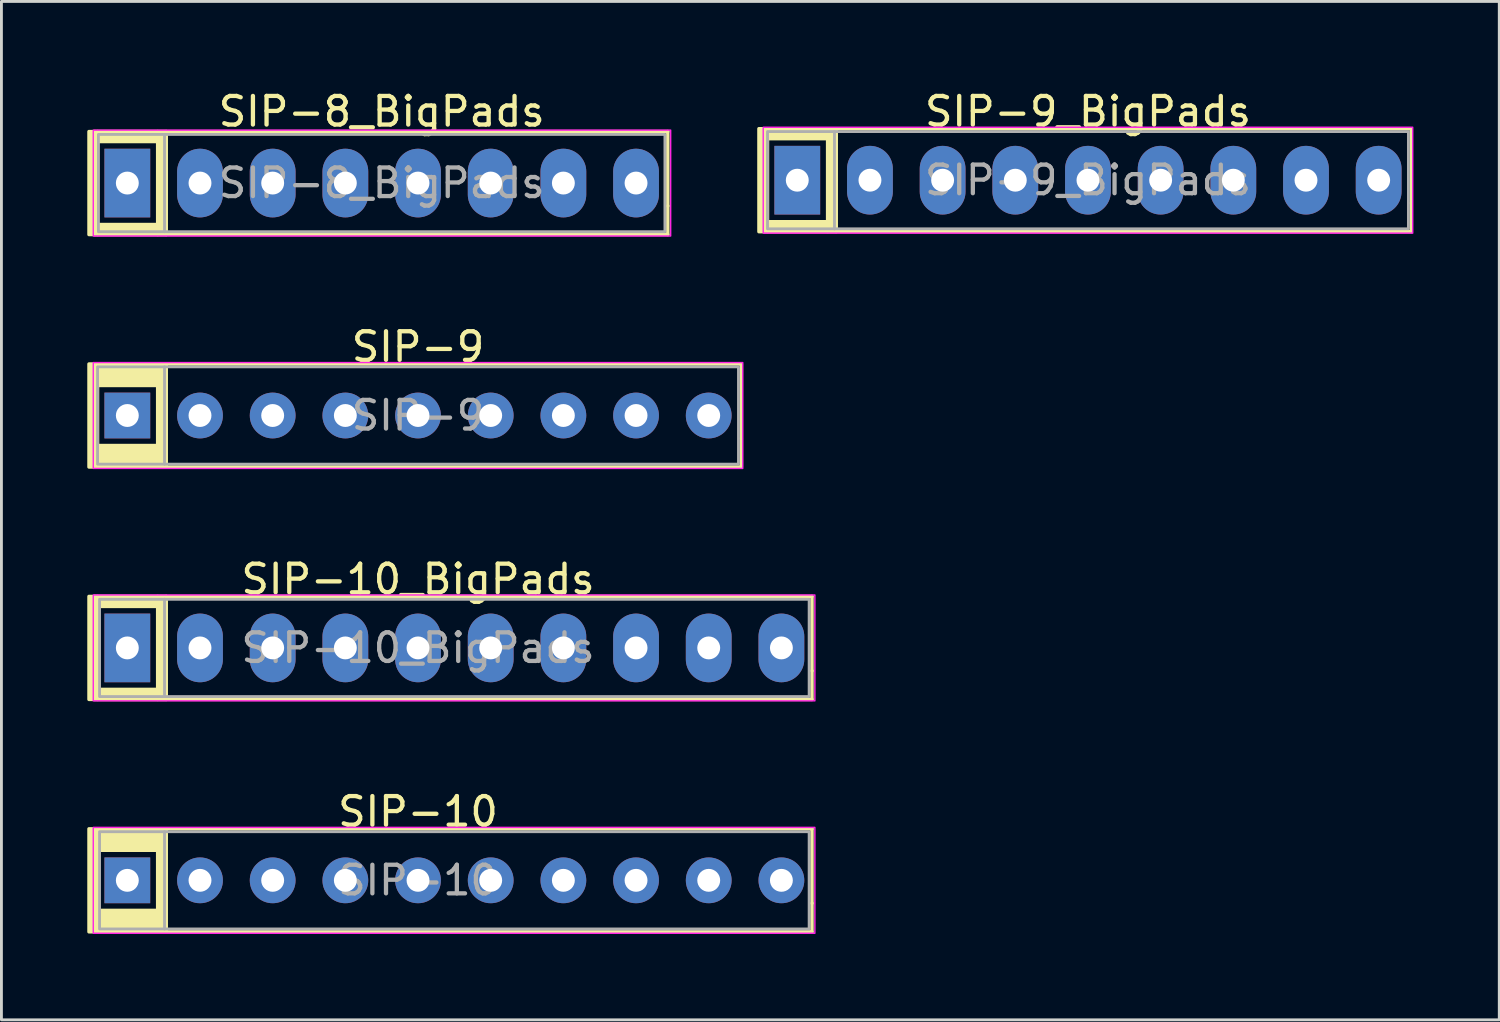
<source format=kicad_pcb>
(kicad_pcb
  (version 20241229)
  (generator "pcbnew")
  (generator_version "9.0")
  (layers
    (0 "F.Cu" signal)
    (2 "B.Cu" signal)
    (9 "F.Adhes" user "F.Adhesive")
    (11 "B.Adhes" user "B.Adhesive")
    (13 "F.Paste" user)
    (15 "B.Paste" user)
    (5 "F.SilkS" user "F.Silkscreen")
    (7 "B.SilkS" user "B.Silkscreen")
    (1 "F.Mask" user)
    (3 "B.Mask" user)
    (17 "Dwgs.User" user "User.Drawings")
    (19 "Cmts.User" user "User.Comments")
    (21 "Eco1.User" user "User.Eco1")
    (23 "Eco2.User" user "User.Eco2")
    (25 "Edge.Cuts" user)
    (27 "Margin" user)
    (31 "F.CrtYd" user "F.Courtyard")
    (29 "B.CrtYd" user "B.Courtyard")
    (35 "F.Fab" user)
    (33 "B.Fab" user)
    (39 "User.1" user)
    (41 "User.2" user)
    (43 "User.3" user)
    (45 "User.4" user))
  (footprint "SIP-10"
    (layer "F.Cu")
    (at 1.4 27.718)
    (property "Reference" "SIP-10" (at 10.16 -2.4 0) (layer "F.SilkS") (effects (font (size 1 1) (thickness 0.15))))
    (attr through_hole)
    (fp_line (start -1.14 -1.8) (end -1.14 -1.3) (stroke (width 0.12) (type solid)) (layer "F.SilkS"))
    (fp_line (start -1.14 -1.8) (end 23.93 -1.8) (stroke (width 0.12) (type solid)) (layer "F.SilkS"))
    (fp_line (start -1.14 1.8) (end -1.14 -1.3) (stroke (width 0.12) (type solid)) (layer "F.SilkS"))
    (fp_line (start 1.36 0) (end 1.36 -1.8) (stroke (width 0.12) (type solid)) (layer "F.SilkS"))
    (fp_line (start 1.36 0) (end 1.36 1.8) (stroke (width 0.12) (type solid)) (layer "F.SilkS"))
    (fp_line (start 23.93 -1.8) (end 23.93 0.8) (stroke (width 0.12) (type solid)) (layer "F.SilkS"))
    (fp_line (start 23.93 0.8) (end 23.93 1.8) (stroke (width 0.12) (type solid)) (layer "F.SilkS"))
    (fp_line (start 23.93 1.8) (end -1.14 1.8) (stroke (width 0.12) (type solid)) (layer "F.SilkS"))
    (fp_rect (start -1.34 -1.8) (end -1.04 1.8) (stroke (width 0.12) (type solid)) (fill yes) (layer "F.SilkS"))
    (fp_rect (start -1.04 -1.8) (end 1.06 -1.05) (stroke (width 0.12) (type solid)) (fill yes) (layer "F.SilkS"))
    (fp_rect (start -1.04 1.05) (end 1.06 1.8) (stroke (width 0.12) (type solid)) (fill yes) (layer "F.SilkS"))
    (fp_rect (start 1.06 -1.8) (end 1.36 1.8) (stroke (width 0.12) (type solid)) (fill yes) (layer "F.SilkS"))
    (fp_rect (start -1.19 -1.85) (end 24.03 1.85) (stroke (width 0.05) (type solid)) (fill no) (layer "F.CrtYd"))
    (fp_line (start 1.3 -1.7) (end 1.3 1.7) (stroke (width 0.1) (type solid)) (layer "F.Fab"))
    (fp_rect (start -0.97 -1.7) (end 23.83 1.7) (stroke (width 0.1) (type solid)) (fill no) (layer "F.Fab"))
    (fp_text user "${REFERENCE}" (at 10.16 0 0) (layer "F.Fab") (effects (font (size 1 1) (thickness 0.15))))
    (pad "1" thru_hole rect (at 0 0 90) (size 1.6 1.6) (drill 0.8) (layers "*.Cu" "*.Mask"))
    (pad "2" thru_hole circle (at 2.54 0 90) (size 1.6 1.6) (drill 0.8) (layers "*.Cu" "*.Mask"))
    (pad "3" thru_hole circle (at 5.08 0 90) (size 1.6 1.6) (drill 0.8) (layers "*.Cu" "*.Mask"))
    (pad "4" thru_hole circle (at 7.62 0 90) (size 1.6 1.6) (drill 0.8) (layers "*.Cu" "*.Mask"))
    (pad "5" thru_hole circle (at 10.16 0 90) (size 1.6 1.6) (drill 0.8) (layers "*.Cu" "*.Mask"))
    (pad "6" thru_hole circle (at 12.7 0 90) (size 1.6 1.6) (drill 0.8) (layers "*.Cu" "*.Mask"))
    (pad "7" thru_hole circle (at 15.24 0 90) (size 1.6 1.6) (drill 0.8) (layers "*.Cu" "*.Mask"))
    (pad "8" thru_hole circle (at 17.78 0 90) (size 1.6 1.6) (drill 0.8) (layers "*.Cu" "*.Mask"))
    (pad "9" thru_hole circle (at 20.32 0 90) (size 1.6 1.6) (drill 0.8) (layers "*.Cu" "*.Mask"))
    (pad "10" thru_hole circle (at 22.86 0 90) (size 1.6 1.6) (drill 0.8) (layers "*.Cu" "*.Mask")))
  (footprint "SIP-10_BigPads"
    (layer "F.Cu")
    (at 1.4 19.595)
    (property "Reference" "SIP-10_BigPads" (at 10.16 -2.4 0) (layer "F.SilkS") (effects (font (size 1 1) (thickness 0.15))))
    (attr through_hole)
    (fp_line (start -1.14 -1.8) (end -1.14 -1.3) (stroke (width 0.12) (type solid)) (layer "F.SilkS"))
    (fp_line (start -1.14 -1.8) (end 23.93 -1.8) (stroke (width 0.12) (type solid)) (layer "F.SilkS"))
    (fp_line (start -1.14 1.8) (end -1.14 -1.3) (stroke (width 0.12) (type solid)) (layer "F.SilkS"))
    (fp_line (start 1.36 0) (end 1.36 -1.8) (stroke (width 0.12) (type solid)) (layer "F.SilkS"))
    (fp_line (start 1.36 0) (end 1.36 1.8) (stroke (width 0.12) (type solid)) (layer "F.SilkS"))
    (fp_line (start 23.93 -1.8) (end 23.93 0.8) (stroke (width 0.12) (type solid)) (layer "F.SilkS"))
    (fp_line (start 23.93 0.8) (end 23.93 1.8) (stroke (width 0.12) (type solid)) (layer "F.SilkS"))
    (fp_line (start 23.93 1.8) (end -1.14 1.8) (stroke (width 0.12) (type solid)) (layer "F.SilkS"))
    (fp_rect (start -1.34 -1.8) (end -1.04 1.8) (stroke (width 0.12) (type solid)) (fill yes) (layer "F.SilkS"))
    (fp_rect (start -1.04 -1.8) (end 1.06 -1.45) (stroke (width 0.12) (type solid)) (fill yes) (layer "F.SilkS"))
    (fp_rect (start -1.04 1.45) (end 1.06 1.8) (stroke (width 0.12) (type solid)) (fill yes) (layer "F.SilkS"))
    (fp_rect (start 1.06 -1.8) (end 1.36 1.8) (stroke (width 0.12) (type solid)) (fill yes) (layer "F.SilkS"))
    (fp_rect (start -1.19 -1.85) (end 24.03 1.85) (stroke (width 0.05) (type solid)) (fill no) (layer "F.CrtYd"))
    (fp_line (start 1.3 -1.7) (end 1.3 1.7) (stroke (width 0.1) (type solid)) (layer "F.Fab"))
    (fp_rect (start -0.97 -1.7) (end 23.83 1.7) (stroke (width 0.1) (type solid)) (fill no) (layer "F.Fab"))
    (fp_text user "${REFERENCE}" (at 10.16 0 0) (layer "F.Fab") (effects (font (size 1 1) (thickness 0.15))))
    (pad "1" thru_hole rect (at 0 0 90) (size 2.4 1.6) (drill 0.8) (layers "*.Cu" "*.Mask"))
    (pad "2" thru_hole oval (at 2.54 0 90) (size 2.4 1.6) (drill 0.8) (layers "*.Cu" "*.Mask"))
    (pad "3" thru_hole oval (at 5.08 0 90) (size 2.4 1.6) (drill 0.8) (layers "*.Cu" "*.Mask"))
    (pad "4" thru_hole oval (at 7.62 0 90) (size 2.4 1.6) (drill 0.8) (layers "*.Cu" "*.Mask"))
    (pad "5" thru_hole oval (at 10.16 0 90) (size 2.4 1.6) (drill 0.8) (layers "*.Cu" "*.Mask"))
    (pad "6" thru_hole oval (at 12.7 0 90) (size 2.4 1.6) (drill 0.8) (layers "*.Cu" "*.Mask"))
    (pad "7" thru_hole oval (at 15.24 0 90) (size 2.4 1.6) (drill 0.8) (layers "*.Cu" "*.Mask"))
    (pad "8" thru_hole oval (at 17.78 0 90) (size 2.4 1.6) (drill 0.8) (layers "*.Cu" "*.Mask"))
    (pad "9" thru_hole oval (at 20.32 0 90) (size 2.4 1.6) (drill 0.8) (layers "*.Cu" "*.Mask"))
    (pad "10" thru_hole oval (at 22.86 0 90) (size 2.4 1.6) (drill 0.8) (layers "*.Cu" "*.Mask")))
  (footprint "SIP-9"
    (layer "F.Cu")
    (at 1.4 11.472)
    (property "Reference" "SIP-9" (at 10.16 -2.4 0) (layer "F.SilkS") (effects (font (size 1 1) (thickness 0.15))))
    (attr through_hole)
    (fp_line (start -1.14 -1.8) (end -1.14 -1.3) (stroke (width 0.12) (type solid)) (layer "F.SilkS"))
    (fp_line (start -1.14 -1.8) (end 21.46 -1.8) (stroke (width 0.12) (type solid)) (layer "F.SilkS"))
    (fp_line (start -1.14 1.8) (end -1.14 -1.3) (stroke (width 0.12) (type solid)) (layer "F.SilkS"))
    (fp_line (start 1.36 0) (end 1.36 -1.8) (stroke (width 0.12) (type solid)) (layer "F.SilkS"))
    (fp_line (start 1.36 0) (end 1.36 1.8) (stroke (width 0.12) (type solid)) (layer "F.SilkS"))
    (fp_line (start 21.46 -1.8) (end 21.46 0.8) (stroke (width 0.12) (type solid)) (layer "F.SilkS"))
    (fp_line (start 21.46 0.8) (end 21.46 1.8) (stroke (width 0.12) (type solid)) (layer "F.SilkS"))
    (fp_line (start 21.46 1.8) (end -1.14 1.8) (stroke (width 0.12) (type solid)) (layer "F.SilkS"))
    (fp_rect (start -1.34 -1.8) (end -1.04 1.8) (stroke (width 0.12) (type solid)) (fill yes) (layer "F.SilkS"))
    (fp_rect (start -1.04 -1.8) (end 1.06 -1.05) (stroke (width 0.12) (type solid)) (fill yes) (layer "F.SilkS"))
    (fp_rect (start -1.04 1.05) (end 1.06 1.8) (stroke (width 0.12) (type solid)) (fill yes) (layer "F.SilkS"))
    (fp_rect (start 1.06 -1.8) (end 1.36 1.8) (stroke (width 0.12) (type solid)) (fill yes) (layer "F.SilkS"))
    (fp_rect (start -1.19 -1.85) (end 21.51 1.85) (stroke (width 0.05) (type solid)) (fill no) (layer "F.CrtYd"))
    (fp_line (start 1.3 -1.7) (end 1.3 1.7) (stroke (width 0.1) (type solid)) (layer "F.Fab"))
    (fp_rect (start -1.04 -1.7) (end 21.36 1.7) (stroke (width 0.1) (type solid)) (fill no) (layer "F.Fab"))
    (fp_text user "${REFERENCE}" (at 10.16 0 0) (layer "F.Fab") (effects (font (size 1 1) (thickness 0.15))))
    (pad "1" thru_hole rect (at 0 0 90) (size 1.6 1.6) (drill 0.8) (layers "*.Cu" "*.Mask"))
    (pad "2" thru_hole circle (at 2.54 0 90) (size 1.6 1.6) (drill 0.8) (layers "*.Cu" "*.Mask"))
    (pad "3" thru_hole circle (at 5.08 0 90) (size 1.6 1.6) (drill 0.8) (layers "*.Cu" "*.Mask"))
    (pad "4" thru_hole circle (at 7.62 0 90) (size 1.6 1.6) (drill 0.8) (layers "*.Cu" "*.Mask"))
    (pad "5" thru_hole circle (at 10.16 0 90) (size 1.6 1.6) (drill 0.8) (layers "*.Cu" "*.Mask"))
    (pad "6" thru_hole circle (at 12.7 0 90) (size 1.6 1.6) (drill 0.8) (layers "*.Cu" "*.Mask"))
    (pad "7" thru_hole circle (at 15.24 0 90) (size 1.6 1.6) (drill 0.8) (layers "*.Cu" "*.Mask"))
    (pad "8" thru_hole circle (at 17.78 0 90) (size 1.6 1.6) (drill 0.8) (layers "*.Cu" "*.Mask"))
    (pad "9" thru_hole circle (at 20.32 0 90) (size 1.6 1.6) (drill 0.8) (layers "*.Cu" "*.Mask")))
  (footprint "SIP-8_BigPads"
    (layer "F.Cu")
    (at 1.4 3.348)
    (property "Reference" "SIP-8_BigPads" (at 8.89 -2.5 0) (layer "F.SilkS") (effects (font (size 1 1) (thickness 0.15))))
    (attr through_hole)
    (fp_line (start -1.14 -1.8) (end -1.14 -1.3) (stroke (width 0.12) (type solid)) (layer "F.SilkS"))
    (fp_line (start -1.14 -1.8) (end 18.89 -1.8) (stroke (width 0.12) (type solid)) (layer "F.SilkS"))
    (fp_line (start -1.14 1.8) (end -1.14 -1.3) (stroke (width 0.12) (type solid)) (layer "F.SilkS"))
    (fp_line (start 1.36 0) (end 1.36 -1.8) (stroke (width 0.12) (type solid)) (layer "F.SilkS"))
    (fp_line (start 1.36 0) (end 1.36 1.8) (stroke (width 0.12) (type solid)) (layer "F.SilkS"))
    (fp_line (start 18.89 -1.8) (end 18.89 0.8) (stroke (width 0.12) (type solid)) (layer "F.SilkS"))
    (fp_line (start 18.89 0.8) (end 18.89 1.8) (stroke (width 0.12) (type solid)) (layer "F.SilkS"))
    (fp_line (start 18.89 1.8) (end -1.14 1.8) (stroke (width 0.12) (type solid)) (layer "F.SilkS"))
    (fp_rect (start -1.34 -1.8) (end -1.04 1.8) (stroke (width 0.12) (type solid)) (fill yes) (layer "F.SilkS"))
    (fp_rect (start -1.04 -1.8) (end 1.06 -1.45) (stroke (width 0.12) (type solid)) (fill yes) (layer "F.SilkS"))
    (fp_rect (start -1.04 1.45) (end 1.06 1.8) (stroke (width 0.12) (type solid)) (fill yes) (layer "F.SilkS"))
    (fp_rect (start 1.06 -1.8) (end 1.36 1.8) (stroke (width 0.12) (type solid)) (fill yes) (layer "F.SilkS"))
    (fp_rect (start -1.19 -1.85) (end 18.99 1.85) (stroke (width 0.05) (type solid)) (fill no) (layer "F.CrtYd"))
    (fp_line (start 1.3 -1.7) (end 1.3 1.7) (stroke (width 0.1) (type solid)) (layer "F.Fab"))
    (fp_rect (start -1.01 -1.7) (end 18.79 1.7) (stroke (width 0.1) (type solid)) (fill no) (layer "F.Fab"))
    (fp_text user "${REFERENCE}" (at 8.89 0 0) (layer "F.Fab") (effects (font (size 1 1) (thickness 0.15))))
    (pad "1" thru_hole rect (at 0 0 90) (size 2.4 1.6) (drill 0.8) (layers "*.Cu" "*.Mask"))
    (pad "2" thru_hole oval (at 2.54 0 90) (size 2.4 1.6) (drill 0.8) (layers "*.Cu" "*.Mask"))
    (pad "3" thru_hole oval (at 5.08 0 90) (size 2.4 1.6) (drill 0.8) (layers "*.Cu" "*.Mask"))
    (pad "4" thru_hole oval (at 7.62 0 90) (size 2.4 1.6) (drill 0.8) (layers "*.Cu" "*.Mask"))
    (pad "5" thru_hole oval (at 10.16 0 90) (size 2.4 1.6) (drill 0.8) (layers "*.Cu" "*.Mask"))
    (pad "6" thru_hole oval (at 12.7 0 90) (size 2.4 1.6) (drill 0.8) (layers "*.Cu" "*.Mask"))
    (pad "7" thru_hole oval (at 15.24 0 90) (size 2.4 1.6) (drill 0.8) (layers "*.Cu" "*.Mask"))
    (pad "8" thru_hole oval (at 17.78 0 90) (size 2.4 1.6) (drill 0.8) (layers "*.Cu" "*.Mask")))
  (footprint "SIP-9_BigPads"
    (layer "F.Cu")
    (at 24.815 3.248)
    (property "Reference" "SIP-9_BigPads" (at 10.16 -2.4 0) (layer "F.SilkS") (effects (font (size 1 1) (thickness 0.15))))
    (attr through_hole)
    (fp_line (start -1.14 -1.8) (end -1.14 -1.3) (stroke (width 0.12) (type solid)) (layer "F.SilkS"))
    (fp_line (start -1.14 -1.8) (end 21.46 -1.8) (stroke (width 0.12) (type solid)) (layer "F.SilkS"))
    (fp_line (start -1.14 1.8) (end -1.14 -1.3) (stroke (width 0.12) (type solid)) (layer "F.SilkS"))
    (fp_line (start 1.36 0) (end 1.36 -1.8) (stroke (width 0.12) (type solid)) (layer "F.SilkS"))
    (fp_line (start 1.36 0) (end 1.36 1.8) (stroke (width 0.12) (type solid)) (layer "F.SilkS"))
    (fp_line (start 21.46 -1.8) (end 21.46 0.8) (stroke (width 0.12) (type solid)) (layer "F.SilkS"))
    (fp_line (start 21.46 0.8) (end 21.46 1.8) (stroke (width 0.12) (type solid)) (layer "F.SilkS"))
    (fp_line (start 21.46 1.8) (end -1.14 1.8) (stroke (width 0.12) (type solid)) (layer "F.SilkS"))
    (fp_rect (start -1.34 -1.8) (end -1.04 1.8) (stroke (width 0.12) (type solid)) (fill yes) (layer "F.SilkS"))
    (fp_rect (start -1.04 -1.8) (end 1.06 -1.45) (stroke (width 0.12) (type solid)) (fill yes) (layer "F.SilkS"))
    (fp_rect (start -1.04 1.45) (end 1.06 1.8) (stroke (width 0.12) (type solid)) (fill yes) (layer "F.SilkS"))
    (fp_rect (start 1.06 -1.8) (end 1.36 1.8) (stroke (width 0.12) (type solid)) (fill yes) (layer "F.SilkS"))
    (fp_rect (start -1.19 -1.85) (end 21.51 1.85) (stroke (width 0.05) (type solid)) (fill no) (layer "F.CrtYd"))
    (fp_line (start 1.3 -1.7) (end 1.3 1.7) (stroke (width 0.1) (type solid)) (layer "F.Fab"))
    (fp_rect (start -1.04 -1.7) (end 21.36 1.7) (stroke (width 0.1) (type solid)) (fill no) (layer "F.Fab"))
    (fp_text user "${REFERENCE}" (at 10.16 0 0) (layer "F.Fab") (effects (font (size 1 1) (thickness 0.15))))
    (pad "1" thru_hole rect (at 0 0 90) (size 2.4 1.6) (drill 0.8) (layers "*.Cu" "*.Mask"))
    (pad "2" thru_hole oval (at 2.54 0 90) (size 2.4 1.6) (drill 0.8) (layers "*.Cu" "*.Mask"))
    (pad "3" thru_hole oval (at 5.08 0 90) (size 2.4 1.6) (drill 0.8) (layers "*.Cu" "*.Mask"))
    (pad "4" thru_hole oval (at 7.62 0 90) (size 2.4 1.6) (drill 0.8) (layers "*.Cu" "*.Mask"))
    (pad "5" thru_hole oval (at 10.16 0 90) (size 2.4 1.6) (drill 0.8) (layers "*.Cu" "*.Mask"))
    (pad "6" thru_hole oval (at 12.7 0 90) (size 2.4 1.6) (drill 0.8) (layers "*.Cu" "*.Mask"))
    (pad "7" thru_hole oval (at 15.24 0 90) (size 2.4 1.6) (drill 0.8) (layers "*.Cu" "*.Mask"))
    (pad "8" thru_hole oval (at 17.78 0 90) (size 2.4 1.6) (drill 0.8) (layers "*.Cu" "*.Mask"))
    (pad "9" thru_hole oval (at 20.32 0 90) (size 2.4 1.6) (drill 0.8) (layers "*.Cu" "*.Mask")))
  (gr_rect
    (start -3 -3)
    (end 49.35 32.593)
    (stroke (width 0.1) (type default))
    (fill no)
    (layer "Edge.Cuts")))
</source>
